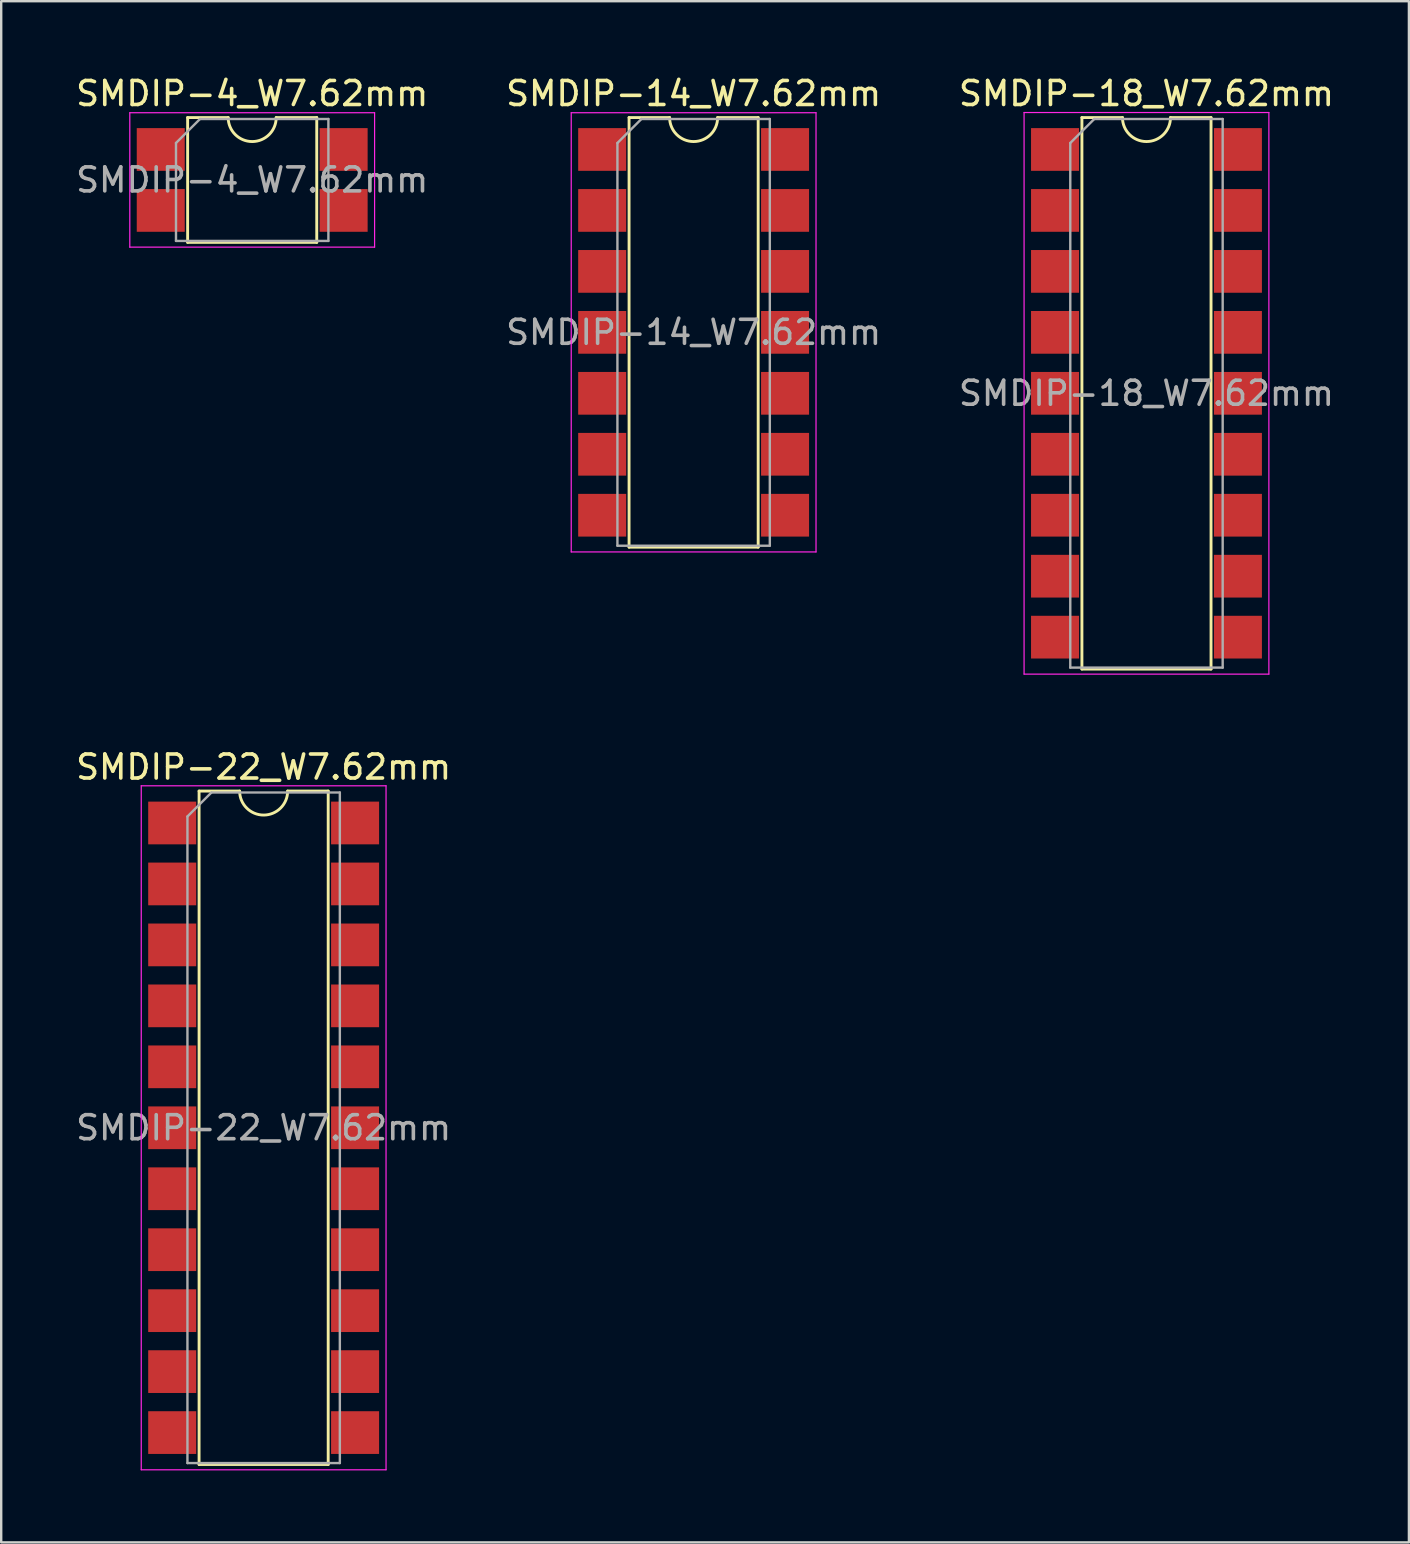
<source format=kicad_pcb>
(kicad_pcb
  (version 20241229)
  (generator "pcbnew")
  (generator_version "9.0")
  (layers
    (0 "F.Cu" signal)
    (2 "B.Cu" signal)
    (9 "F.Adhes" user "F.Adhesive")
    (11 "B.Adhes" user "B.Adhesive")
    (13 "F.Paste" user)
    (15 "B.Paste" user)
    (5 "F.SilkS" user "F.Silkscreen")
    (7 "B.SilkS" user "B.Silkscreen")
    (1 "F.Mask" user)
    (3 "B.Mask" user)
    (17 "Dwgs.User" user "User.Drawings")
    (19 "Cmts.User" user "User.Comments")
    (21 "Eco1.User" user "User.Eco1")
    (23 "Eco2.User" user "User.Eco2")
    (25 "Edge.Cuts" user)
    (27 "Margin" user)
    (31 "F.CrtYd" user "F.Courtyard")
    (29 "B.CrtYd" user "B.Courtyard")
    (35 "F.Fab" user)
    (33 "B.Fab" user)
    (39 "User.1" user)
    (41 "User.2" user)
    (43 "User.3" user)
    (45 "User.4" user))
  (footprint "SMDIP-14_W7.62mm"
    (layer "F.Cu")
    (at 25.851 10.798)
    (property "Reference" "SMDIP-14_W7.62mm" (at 0 -9.95 0) (layer "F.SilkS") (effects (font (size 1 1) (thickness 0.15))))
    (attr smd)
    (fp_line (start -2.69 -8.95) (end -2.69 8.95) (stroke (width 0.12) (type solid)) (layer "F.SilkS"))
    (fp_line (start -2.69 8.95) (end 2.69 8.95) (stroke (width 0.12) (type solid)) (layer "F.SilkS"))
    (fp_line (start -1 -8.95) (end -2.69 -8.95) (stroke (width 0.12) (type solid)) (layer "F.SilkS"))
    (fp_line (start 2.69 -8.95) (end 1 -8.95) (stroke (width 0.12) (type solid)) (layer "F.SilkS"))
    (fp_line (start 2.69 8.95) (end 2.69 -8.95) (stroke (width 0.12) (type solid)) (layer "F.SilkS"))
    (fp_arc (start 1 -8.95) (mid 0 -7.95) (end -1 -8.95) (stroke (width 0.12) (type solid)) (layer "F.SilkS"))
    (fp_line (start -5.1 -9.15) (end -5.1 9.15) (stroke (width 0.05) (type solid)) (layer "F.CrtYd"))
    (fp_line (start -5.1 9.15) (end 5.1 9.15) (stroke (width 0.05) (type solid)) (layer "F.CrtYd"))
    (fp_line (start 5.1 -9.15) (end -5.1 -9.15) (stroke (width 0.05) (type solid)) (layer "F.CrtYd"))
    (fp_line (start 5.1 9.15) (end 5.1 -9.15) (stroke (width 0.05) (type solid)) (layer "F.CrtYd"))
    (fp_line (start -3.175 -7.89) (end -2.175 -8.89) (stroke (width 0.1) (type solid)) (layer "F.Fab"))
    (fp_line (start -3.175 8.89) (end -3.175 -7.89) (stroke (width 0.1) (type solid)) (layer "F.Fab"))
    (fp_line (start -2.175 -8.89) (end 3.175 -8.89) (stroke (width 0.1) (type solid)) (layer "F.Fab"))
    (fp_line (start 3.175 -8.89) (end 3.175 8.89) (stroke (width 0.1) (type solid)) (layer "F.Fab"))
    (fp_line (start 3.175 8.89) (end -3.175 8.89) (stroke (width 0.1) (type solid)) (layer "F.Fab"))
    (fp_text user "${REFERENCE}" (at 0 0 0) (layer "F.Fab") (effects (font (size 1 1) (thickness 0.15))))
    (pad "1" smd rect (at -3.81 -7.62) (size 2 1.78) (layers "F.Cu" "F.Mask" "F.Paste"))
    (pad "2" smd rect (at -3.81 -5.08) (size 2 1.78) (layers "F.Cu" "F.Mask" "F.Paste"))
    (pad "3" smd rect (at -3.81 -2.54) (size 2 1.78) (layers "F.Cu" "F.Mask" "F.Paste"))
    (pad "4" smd rect (at -3.81 0) (size 2 1.78) (layers "F.Cu" "F.Mask" "F.Paste"))
    (pad "5" smd rect (at -3.81 2.54) (size 2 1.78) (layers "F.Cu" "F.Mask" "F.Paste"))
    (pad "6" smd rect (at -3.81 5.08) (size 2 1.78) (layers "F.Cu" "F.Mask" "F.Paste"))
    (pad "7" smd rect (at -3.81 7.62) (size 2 1.78) (layers "F.Cu" "F.Mask" "F.Paste"))
    (pad "8" smd rect (at 3.81 7.62) (size 2 1.78) (layers "F.Cu" "F.Mask" "F.Paste"))
    (pad "9" smd rect (at 3.81 5.08) (size 2 1.78) (layers "F.Cu" "F.Mask" "F.Paste"))
    (pad "10" smd rect (at 3.81 2.54) (size 2 1.78) (layers "F.Cu" "F.Mask" "F.Paste"))
    (pad "11" smd rect (at 3.81 0) (size 2 1.78) (layers "F.Cu" "F.Mask" "F.Paste"))
    (pad "12" smd rect (at 3.81 -2.54) (size 2 1.78) (layers "F.Cu" "F.Mask" "F.Paste"))
    (pad "13" smd rect (at 3.81 -5.08) (size 2 1.78) (layers "F.Cu" "F.Mask" "F.Paste"))
    (pad "14" smd rect (at 3.81 -7.62) (size 2 1.78) (layers "F.Cu" "F.Mask" "F.Paste")))
  (footprint "SMDIP-4_W7.62mm"
    (layer "F.Cu")
    (at 7.458 4.448)
    (property "Reference" "SMDIP-4_W7.62mm" (at 0 -3.6 0) (layer "F.SilkS") (effects (font (size 1 1) (thickness 0.15))))
    (attr smd)
    (fp_line (start -2.69 -2.6) (end -2.69 2.6) (stroke (width 0.12) (type solid)) (layer "F.SilkS"))
    (fp_line (start -2.69 2.6) (end 2.69 2.6) (stroke (width 0.12) (type solid)) (layer "F.SilkS"))
    (fp_line (start -1 -2.6) (end -2.69 -2.6) (stroke (width 0.12) (type solid)) (layer "F.SilkS"))
    (fp_line (start 2.69 -2.6) (end 1 -2.6) (stroke (width 0.12) (type solid)) (layer "F.SilkS"))
    (fp_line (start 2.69 2.6) (end 2.69 -2.6) (stroke (width 0.12) (type solid)) (layer "F.SilkS"))
    (fp_arc (start 1 -2.6) (mid 0 -1.6) (end -1 -2.6) (stroke (width 0.12) (type solid)) (layer "F.SilkS"))
    (fp_line (start -5.1 -2.8) (end -5.1 2.8) (stroke (width 0.05) (type solid)) (layer "F.CrtYd"))
    (fp_line (start -5.1 2.8) (end 5.1 2.8) (stroke (width 0.05) (type solid)) (layer "F.CrtYd"))
    (fp_line (start 5.1 -2.8) (end -5.1 -2.8) (stroke (width 0.05) (type solid)) (layer "F.CrtYd"))
    (fp_line (start 5.1 2.8) (end 5.1 -2.8) (stroke (width 0.05) (type solid)) (layer "F.CrtYd"))
    (fp_line (start -3.175 -1.54) (end -2.175 -2.54) (stroke (width 0.1) (type solid)) (layer "F.Fab"))
    (fp_line (start -3.175 2.54) (end -3.175 -1.54) (stroke (width 0.1) (type solid)) (layer "F.Fab"))
    (fp_line (start -2.175 -2.54) (end 3.175 -2.54) (stroke (width 0.1) (type solid)) (layer "F.Fab"))
    (fp_line (start 3.175 -2.54) (end 3.175 2.54) (stroke (width 0.1) (type solid)) (layer "F.Fab"))
    (fp_line (start 3.175 2.54) (end -3.175 2.54) (stroke (width 0.1) (type solid)) (layer "F.Fab"))
    (fp_text user "${REFERENCE}" (at 0 0 0) (layer "F.Fab") (effects (font (size 1 1) (thickness 0.15))))
    (pad "1" smd rect (at -3.81 -1.27) (size 2 1.78) (layers "F.Cu" "F.Mask" "F.Paste"))
    (pad "2" smd rect (at -3.81 1.27) (size 2 1.78) (layers "F.Cu" "F.Mask" "F.Paste"))
    (pad "3" smd rect (at 3.81 1.27) (size 2 1.78) (layers "F.Cu" "F.Mask" "F.Paste"))
    (pad "4" smd rect (at 3.81 -1.27) (size 2 1.78) (layers "F.Cu" "F.Mask" "F.Paste")))
  (footprint "SMDIP-18_W7.62mm"
    (layer "F.Cu")
    (at 44.72 13.338)
    (property "Reference" "SMDIP-18_W7.62mm" (at 0 -12.49 0) (layer "F.SilkS") (effects (font (size 1 1) (thickness 0.15))))
    (attr smd)
    (fp_line (start -2.69 -11.49) (end -2.69 11.49) (stroke (width 0.12) (type solid)) (layer "F.SilkS"))
    (fp_line (start -2.69 11.49) (end 2.69 11.49) (stroke (width 0.12) (type solid)) (layer "F.SilkS"))
    (fp_line (start -1 -11.49) (end -2.69 -11.49) (stroke (width 0.12) (type solid)) (layer "F.SilkS"))
    (fp_line (start 2.69 -11.49) (end 1 -11.49) (stroke (width 0.12) (type solid)) (layer "F.SilkS"))
    (fp_line (start 2.69 11.49) (end 2.69 -11.49) (stroke (width 0.12) (type solid)) (layer "F.SilkS"))
    (fp_arc (start 1 -11.49) (mid 0 -10.49) (end -1 -11.49) (stroke (width 0.12) (type solid)) (layer "F.SilkS"))
    (fp_line (start -5.1 -11.7) (end -5.1 11.7) (stroke (width 0.05) (type solid)) (layer "F.CrtYd"))
    (fp_line (start -5.1 11.7) (end 5.1 11.7) (stroke (width 0.05) (type solid)) (layer "F.CrtYd"))
    (fp_line (start 5.1 -11.7) (end -5.1 -11.7) (stroke (width 0.05) (type solid)) (layer "F.CrtYd"))
    (fp_line (start 5.1 11.7) (end 5.1 -11.7) (stroke (width 0.05) (type solid)) (layer "F.CrtYd"))
    (fp_line (start -3.175 -10.43) (end -2.175 -11.43) (stroke (width 0.1) (type solid)) (layer "F.Fab"))
    (fp_line (start -3.175 11.43) (end -3.175 -10.43) (stroke (width 0.1) (type solid)) (layer "F.Fab"))
    (fp_line (start -2.175 -11.43) (end 3.175 -11.43) (stroke (width 0.1) (type solid)) (layer "F.Fab"))
    (fp_line (start 3.175 -11.43) (end 3.175 11.43) (stroke (width 0.1) (type solid)) (layer "F.Fab"))
    (fp_line (start 3.175 11.43) (end -3.175 11.43) (stroke (width 0.1) (type solid)) (layer "F.Fab"))
    (fp_text user "${REFERENCE}" (at 0 0 0) (layer "F.Fab") (effects (font (size 1 1) (thickness 0.15))))
    (pad "1" smd rect (at -3.81 -10.16) (size 2 1.78) (layers "F.Cu" "F.Mask" "F.Paste"))
    (pad "2" smd rect (at -3.81 -7.62) (size 2 1.78) (layers "F.Cu" "F.Mask" "F.Paste"))
    (pad "3" smd rect (at -3.81 -5.08) (size 2 1.78) (layers "F.Cu" "F.Mask" "F.Paste"))
    (pad "4" smd rect (at -3.81 -2.54) (size 2 1.78) (layers "F.Cu" "F.Mask" "F.Paste"))
    (pad "5" smd rect (at -3.81 0) (size 2 1.78) (layers "F.Cu" "F.Mask" "F.Paste"))
    (pad "6" smd rect (at -3.81 2.54) (size 2 1.78) (layers "F.Cu" "F.Mask" "F.Paste"))
    (pad "7" smd rect (at -3.81 5.08) (size 2 1.78) (layers "F.Cu" "F.Mask" "F.Paste"))
    (pad "8" smd rect (at -3.81 7.62) (size 2 1.78) (layers "F.Cu" "F.Mask" "F.Paste"))
    (pad "9" smd rect (at -3.81 10.16) (size 2 1.78) (layers "F.Cu" "F.Mask" "F.Paste"))
    (pad "10" smd rect (at 3.81 10.16) (size 2 1.78) (layers "F.Cu" "F.Mask" "F.Paste"))
    (pad "11" smd rect (at 3.81 7.62) (size 2 1.78) (layers "F.Cu" "F.Mask" "F.Paste"))
    (pad "12" smd rect (at 3.81 5.08) (size 2 1.78) (layers "F.Cu" "F.Mask" "F.Paste"))
    (pad "13" smd rect (at 3.81 2.54) (size 2 1.78) (layers "F.Cu" "F.Mask" "F.Paste"))
    (pad "14" smd rect (at 3.81 0) (size 2 1.78) (layers "F.Cu" "F.Mask" "F.Paste"))
    (pad "15" smd rect (at 3.81 -2.54) (size 2 1.78) (layers "F.Cu" "F.Mask" "F.Paste"))
    (pad "16" smd rect (at 3.81 -5.08) (size 2 1.78) (layers "F.Cu" "F.Mask" "F.Paste"))
    (pad "17" smd rect (at 3.81 -7.62) (size 2 1.78) (layers "F.Cu" "F.Mask" "F.Paste"))
    (pad "18" smd rect (at 3.81 -10.16) (size 2 1.78) (layers "F.Cu" "F.Mask" "F.Paste")))
  (footprint "SMDIP-22_W7.62mm"
    (layer "F.Cu")
    (at 7.935 43.941)
    (property "Reference" "SMDIP-22_W7.62mm" (at 0 -15.03 0) (layer "F.SilkS") (effects (font (size 1 1) (thickness 0.15))))
    (attr smd)
    (fp_line (start -2.69 -14.03) (end -2.69 14.03) (stroke (width 0.12) (type solid)) (layer "F.SilkS"))
    (fp_line (start -2.69 14.03) (end 2.69 14.03) (stroke (width 0.12) (type solid)) (layer "F.SilkS"))
    (fp_line (start -1 -14.03) (end -2.69 -14.03) (stroke (width 0.12) (type solid)) (layer "F.SilkS"))
    (fp_line (start 2.69 -14.03) (end 1 -14.03) (stroke (width 0.12) (type solid)) (layer "F.SilkS"))
    (fp_line (start 2.69 14.03) (end 2.69 -14.03) (stroke (width 0.12) (type solid)) (layer "F.SilkS"))
    (fp_arc (start 1 -14.03) (mid 0 -13.03) (end -1 -14.03) (stroke (width 0.12) (type solid)) (layer "F.SilkS"))
    (fp_line (start -5.1 -14.25) (end -5.1 14.25) (stroke (width 0.05) (type solid)) (layer "F.CrtYd"))
    (fp_line (start -5.1 14.25) (end 5.1 14.25) (stroke (width 0.05) (type solid)) (layer "F.CrtYd"))
    (fp_line (start 5.1 -14.25) (end -5.1 -14.25) (stroke (width 0.05) (type solid)) (layer "F.CrtYd"))
    (fp_line (start 5.1 14.25) (end 5.1 -14.25) (stroke (width 0.05) (type solid)) (layer "F.CrtYd"))
    (fp_line (start -3.175 -12.97) (end -2.175 -13.97) (stroke (width 0.1) (type solid)) (layer "F.Fab"))
    (fp_line (start -3.175 13.97) (end -3.175 -12.97) (stroke (width 0.1) (type solid)) (layer "F.Fab"))
    (fp_line (start -2.175 -13.97) (end 3.175 -13.97) (stroke (width 0.1) (type solid)) (layer "F.Fab"))
    (fp_line (start 3.175 -13.97) (end 3.175 13.97) (stroke (width 0.1) (type solid)) (layer "F.Fab"))
    (fp_line (start 3.175 13.97) (end -3.175 13.97) (stroke (width 0.1) (type solid)) (layer "F.Fab"))
    (fp_text user "${REFERENCE}" (at 0 0 0) (layer "F.Fab") (effects (font (size 1 1) (thickness 0.15))))
    (pad "1" smd rect (at -3.81 -12.7) (size 2 1.78) (layers "F.Cu" "F.Mask" "F.Paste"))
    (pad "2" smd rect (at -3.81 -10.16) (size 2 1.78) (layers "F.Cu" "F.Mask" "F.Paste"))
    (pad "3" smd rect (at -3.81 -7.62) (size 2 1.78) (layers "F.Cu" "F.Mask" "F.Paste"))
    (pad "4" smd rect (at -3.81 -5.08) (size 2 1.78) (layers "F.Cu" "F.Mask" "F.Paste"))
    (pad "5" smd rect (at -3.81 -2.54) (size 2 1.78) (layers "F.Cu" "F.Mask" "F.Paste"))
    (pad "6" smd rect (at -3.81 0) (size 2 1.78) (layers "F.Cu" "F.Mask" "F.Paste"))
    (pad "7" smd rect (at -3.81 2.54) (size 2 1.78) (layers "F.Cu" "F.Mask" "F.Paste"))
    (pad "8" smd rect (at -3.81 5.08) (size 2 1.78) (layers "F.Cu" "F.Mask" "F.Paste"))
    (pad "9" smd rect (at -3.81 7.62) (size 2 1.78) (layers "F.Cu" "F.Mask" "F.Paste"))
    (pad "10" smd rect (at -3.81 10.16) (size 2 1.78) (layers "F.Cu" "F.Mask" "F.Paste"))
    (pad "11" smd rect (at -3.81 12.7) (size 2 1.78) (layers "F.Cu" "F.Mask" "F.Paste"))
    (pad "12" smd rect (at 3.81 12.7) (size 2 1.78) (layers "F.Cu" "F.Mask" "F.Paste"))
    (pad "13" smd rect (at 3.81 10.16) (size 2 1.78) (layers "F.Cu" "F.Mask" "F.Paste"))
    (pad "14" smd rect (at 3.81 7.62) (size 2 1.78) (layers "F.Cu" "F.Mask" "F.Paste"))
    (pad "15" smd rect (at 3.81 5.08) (size 2 1.78) (layers "F.Cu" "F.Mask" "F.Paste"))
    (pad "16" smd rect (at 3.81 2.54) (size 2 1.78) (layers "F.Cu" "F.Mask" "F.Paste"))
    (pad "17" smd rect (at 3.81 0) (size 2 1.78) (layers "F.Cu" "F.Mask" "F.Paste"))
    (pad "18" smd rect (at 3.81 -2.54) (size 2 1.78) (layers "F.Cu" "F.Mask" "F.Paste"))
    (pad "19" smd rect (at 3.81 -5.08) (size 2 1.78) (layers "F.Cu" "F.Mask" "F.Paste"))
    (pad "20" smd rect (at 3.81 -7.62) (size 2 1.78) (layers "F.Cu" "F.Mask" "F.Paste"))
    (pad "21" smd rect (at 3.81 -10.16) (size 2 1.78) (layers "F.Cu" "F.Mask" "F.Paste"))
    (pad "22" smd rect (at 3.81 -12.7) (size 2 1.78) (layers "F.Cu" "F.Mask" "F.Paste")))
  (gr_rect
    (start -3 -3)
    (end 55.655 61.217)
    (stroke (width 0.1) (type default))
    (fill no)
    (layer "Edge.Cuts")))
</source>
